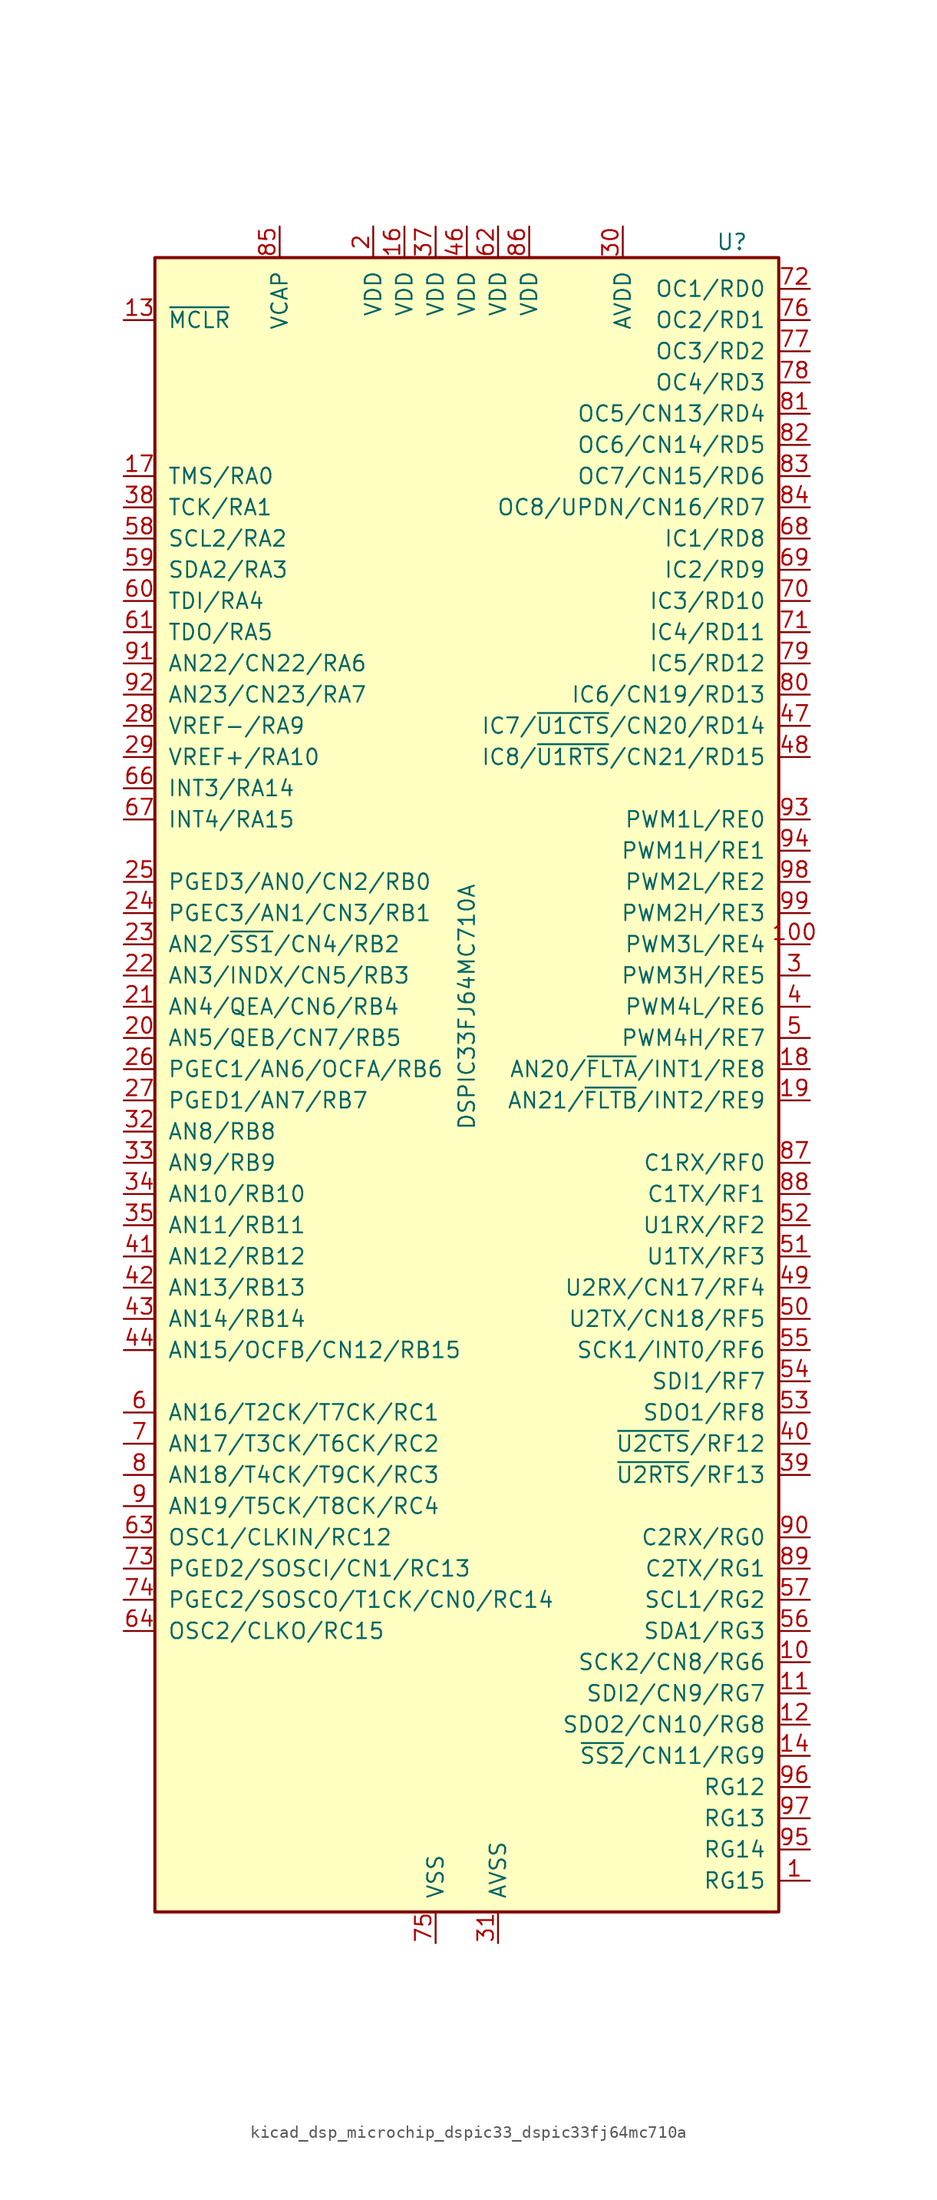
<source format=kicad_sym>
(kicad_symbol_lib
  (version 20220914)
  (generator kicad_symbol_editor)
  (symbol "kicad_dsp_microchip_dspic33_dspic33fj64mc710a"
    (pin_names
      (offset 1.016))
    (property "Reference" "U"
      (at 21.59 69.85 0)
      (effects (font (size 1.27 1.27))))
    (property "Value" "DSPIC33FJ64MC710A"
      (at 0 7.62 90)
      (effects (font (size 1.27 1.27))))
    (symbol "kicad_dsp_microchip_dspic33_dspic33fj64mc710a_0_1"
      (rectangle (start -25.4 68.58) (end 25.4 -66.04) (stroke (width 0.254) (type default)) (fill (type background))))
    (symbol "kicad_dsp_microchip_dspic33_dspic33fj64mc710a_1_1"
      (pin bidirectional line (at 27.94 -63.5 180) (length 2.54) (name "RG15" (effects (font (size 1.27 1.27)))) (number "1" (effects (font (size 1.27 1.27)))))
      (pin bidirectional line (at 27.94 -45.72 180) (length 2.54) (name "SCK2/CN8/RG6" (effects (font (size 1.27 1.27)))) (number "10" (effects (font (size 1.27 1.27)))))
      (pin bidirectional line (at 27.94 12.7 180) (length 2.54) (name "PWM3L/RE4" (effects (font (size 1.27 1.27)))) (number "100" (effects (font (size 1.27 1.27)))))
      (pin bidirectional line (at 27.94 -48.26 180) (length 2.54) (name "SDI2/CN9/RG7" (effects (font (size 1.27 1.27)))) (number "11" (effects (font (size 1.27 1.27)))))
      (pin bidirectional line (at 27.94 -50.8 180) (length 2.54) (name "SDO2/CN10/RG8" (effects (font (size 1.27 1.27)))) (number "12" (effects (font (size 1.27 1.27)))))
      (pin input line (at -27.94 63.5 0) (length 2.54) (name "~{MCLR}" (effects (font (size 1.27 1.27)))) (number "13" (effects (font (size 1.27 1.27)))))
      (pin bidirectional line (at 27.94 -53.34 180) (length 2.54) (name "~{SS2}/CN11/RG9" (effects (font (size 1.27 1.27)))) (number "14" (effects (font (size 1.27 1.27)))))
      (pin passive line (at -2.54 -68.58 90) (length 2.54) hide (name "VSS" (effects (font (size 1.27 1.27)))) (number "15" (effects (font (size 1.27 1.27)))))
      (pin power_in line (at -5.08 71.12 270) (length 2.54) (name "VDD" (effects (font (size 1.27 1.27)))) (number "16" (effects (font (size 1.27 1.27)))))
      (pin bidirectional line (at -27.94 50.8 0) (length 2.54) (name "TMS/RA0" (effects (font (size 1.27 1.27)))) (number "17" (effects (font (size 1.27 1.27)))))
      (pin bidirectional line (at 27.94 2.54 180) (length 2.54) (name "AN20/~{FLTA}/INT1/RE8" (effects (font (size 1.27 1.27)))) (number "18" (effects (font (size 1.27 1.27)))))
      (pin bidirectional line (at 27.94 0 180) (length 2.54) (name "AN21/~{FLTB}/INT2/RE9" (effects (font (size 1.27 1.27)))) (number "19" (effects (font (size 1.27 1.27)))))
      (pin power_in line (at -7.62 71.12 270) (length 2.54) (name "VDD" (effects (font (size 1.27 1.27)))) (number "2" (effects (font (size 1.27 1.27)))))
      (pin bidirectional line (at -27.94 5.08 0) (length 2.54) (name "AN5/QEB/CN7/RB5" (effects (font (size 1.27 1.27)))) (number "20" (effects (font (size 1.27 1.27)))))
      (pin bidirectional line (at -27.94 7.62 0) (length 2.54) (name "AN4/QEA/CN6/RB4" (effects (font (size 1.27 1.27)))) (number "21" (effects (font (size 1.27 1.27)))))
      (pin bidirectional line (at -27.94 10.16 0) (length 2.54) (name "AN3/INDX/CN5/RB3" (effects (font (size 1.27 1.27)))) (number "22" (effects (font (size 1.27 1.27)))))
      (pin bidirectional line (at -27.94 12.7 0) (length 2.54) (name "AN2/~{SS1}/CN4/RB2" (effects (font (size 1.27 1.27)))) (number "23" (effects (font (size 1.27 1.27)))))
      (pin bidirectional line (at -27.94 15.24 0) (length 2.54) (name "PGEC3/AN1/CN3/RB1" (effects (font (size 1.27 1.27)))) (number "24" (effects (font (size 1.27 1.27)))))
      (pin bidirectional line (at -27.94 17.78 0) (length 2.54) (name "PGED3/AN0/CN2/RB0" (effects (font (size 1.27 1.27)))) (number "25" (effects (font (size 1.27 1.27)))))
      (pin bidirectional line (at -27.94 2.54 0) (length 2.54) (name "PGEC1/AN6/OCFA/RB6" (effects (font (size 1.27 1.27)))) (number "26" (effects (font (size 1.27 1.27)))))
      (pin bidirectional line (at -27.94 0 0) (length 2.54) (name "PGED1/AN7/RB7" (effects (font (size 1.27 1.27)))) (number "27" (effects (font (size 1.27 1.27)))))
      (pin bidirectional line (at -27.94 30.48 0) (length 2.54) (name "VREF-/RA9" (effects (font (size 1.27 1.27)))) (number "28" (effects (font (size 1.27 1.27)))))
      (pin bidirectional line (at -27.94 27.94 0) (length 2.54) (name "VREF+/RA10" (effects (font (size 1.27 1.27)))) (number "29" (effects (font (size 1.27 1.27)))))
      (pin bidirectional line (at 27.94 10.16 180) (length 2.54) (name "PWM3H/RE5" (effects (font (size 1.27 1.27)))) (number "3" (effects (font (size 1.27 1.27)))))
      (pin power_in line (at 12.7 71.12 270) (length 2.54) (name "AVDD" (effects (font (size 1.27 1.27)))) (number "30" (effects (font (size 1.27 1.27)))))
      (pin power_in line (at 2.54 -68.58 90) (length 2.54) (name "AVSS" (effects (font (size 1.27 1.27)))) (number "31" (effects (font (size 1.27 1.27)))))
      (pin bidirectional line (at -27.94 -2.54 0) (length 2.54) (name "AN8/RB8" (effects (font (size 1.27 1.27)))) (number "32" (effects (font (size 1.27 1.27)))))
      (pin bidirectional line (at -27.94 -5.08 0) (length 2.54) (name "AN9/RB9" (effects (font (size 1.27 1.27)))) (number "33" (effects (font (size 1.27 1.27)))))
      (pin bidirectional line (at -27.94 -7.62 0) (length 2.54) (name "AN10/RB10" (effects (font (size 1.27 1.27)))) (number "34" (effects (font (size 1.27 1.27)))))
      (pin bidirectional line (at -27.94 -10.16 0) (length 2.54) (name "AN11/RB11" (effects (font (size 1.27 1.27)))) (number "35" (effects (font (size 1.27 1.27)))))
      (pin passive line (at -2.54 -68.58 90) (length 2.54) hide (name "VSS" (effects (font (size 1.27 1.27)))) (number "36" (effects (font (size 1.27 1.27)))))
      (pin power_in line (at -2.54 71.12 270) (length 2.54) (name "VDD" (effects (font (size 1.27 1.27)))) (number "37" (effects (font (size 1.27 1.27)))))
      (pin bidirectional line (at -27.94 48.26 0) (length 2.54) (name "TCK/RA1" (effects (font (size 1.27 1.27)))) (number "38" (effects (font (size 1.27 1.27)))))
      (pin bidirectional line (at 27.94 -30.48 180) (length 2.54) (name "~{U2RTS}/RF13" (effects (font (size 1.27 1.27)))) (number "39" (effects (font (size 1.27 1.27)))))
      (pin bidirectional line (at 27.94 7.62 180) (length 2.54) (name "PWM4L/RE6" (effects (font (size 1.27 1.27)))) (number "4" (effects (font (size 1.27 1.27)))))
      (pin bidirectional line (at 27.94 -27.94 180) (length 2.54) (name "~{U2CTS}/RF12" (effects (font (size 1.27 1.27)))) (number "40" (effects (font (size 1.27 1.27)))))
      (pin bidirectional line (at -27.94 -12.7 0) (length 2.54) (name "AN12/RB12" (effects (font (size 1.27 1.27)))) (number "41" (effects (font (size 1.27 1.27)))))
      (pin bidirectional line (at -27.94 -15.24 0) (length 2.54) (name "AN13/RB13" (effects (font (size 1.27 1.27)))) (number "42" (effects (font (size 1.27 1.27)))))
      (pin bidirectional line (at -27.94 -17.78 0) (length 2.54) (name "AN14/RB14" (effects (font (size 1.27 1.27)))) (number "43" (effects (font (size 1.27 1.27)))))
      (pin bidirectional line (at -27.94 -20.32 0) (length 2.54) (name "AN15/OCFB/CN12/RB15" (effects (font (size 1.27 1.27)))) (number "44" (effects (font (size 1.27 1.27)))))
      (pin passive line (at -2.54 -68.58 90) (length 2.54) hide (name "VSS" (effects (font (size 1.27 1.27)))) (number "45" (effects (font (size 1.27 1.27)))))
      (pin power_in line (at 0 71.12 270) (length 2.54) (name "VDD" (effects (font (size 1.27 1.27)))) (number "46" (effects (font (size 1.27 1.27)))))
      (pin bidirectional line (at 27.94 30.48 180) (length 2.54) (name "IC7/~{U1CTS}/CN20/RD14" (effects (font (size 1.27 1.27)))) (number "47" (effects (font (size 1.27 1.27)))))
      (pin bidirectional line (at 27.94 27.94 180) (length 2.54) (name "IC8/~{U1RTS}/CN21/RD15" (effects (font (size 1.27 1.27)))) (number "48" (effects (font (size 1.27 1.27)))))
      (pin bidirectional line (at 27.94 -15.24 180) (length 2.54) (name "U2RX/CN17/RF4" (effects (font (size 1.27 1.27)))) (number "49" (effects (font (size 1.27 1.27)))))
      (pin bidirectional line (at 27.94 5.08 180) (length 2.54) (name "PWM4H/RE7" (effects (font (size 1.27 1.27)))) (number "5" (effects (font (size 1.27 1.27)))))
      (pin bidirectional line (at 27.94 -17.78 180) (length 2.54) (name "U2TX/CN18/RF5" (effects (font (size 1.27 1.27)))) (number "50" (effects (font (size 1.27 1.27)))))
      (pin bidirectional line (at 27.94 -12.7 180) (length 2.54) (name "U1TX/RF3" (effects (font (size 1.27 1.27)))) (number "51" (effects (font (size 1.27 1.27)))))
      (pin bidirectional line (at 27.94 -10.16 180) (length 2.54) (name "U1RX/RF2" (effects (font (size 1.27 1.27)))) (number "52" (effects (font (size 1.27 1.27)))))
      (pin bidirectional line (at 27.94 -25.4 180) (length 2.54) (name "SDO1/RF8" (effects (font (size 1.27 1.27)))) (number "53" (effects (font (size 1.27 1.27)))))
      (pin bidirectional line (at 27.94 -22.86 180) (length 2.54) (name "SDI1/RF7" (effects (font (size 1.27 1.27)))) (number "54" (effects (font (size 1.27 1.27)))))
      (pin bidirectional line (at 27.94 -20.32 180) (length 2.54) (name "SCK1/INT0/RF6" (effects (font (size 1.27 1.27)))) (number "55" (effects (font (size 1.27 1.27)))))
      (pin bidirectional line (at 27.94 -43.18 180) (length 2.54) (name "SDA1/RG3" (effects (font (size 1.27 1.27)))) (number "56" (effects (font (size 1.27 1.27)))))
      (pin bidirectional line (at 27.94 -40.64 180) (length 2.54) (name "SCL1/RG2" (effects (font (size 1.27 1.27)))) (number "57" (effects (font (size 1.27 1.27)))))
      (pin bidirectional line (at -27.94 45.72 0) (length 2.54) (name "SCL2/RA2" (effects (font (size 1.27 1.27)))) (number "58" (effects (font (size 1.27 1.27)))))
      (pin bidirectional line (at -27.94 43.18 0) (length 2.54) (name "SDA2/RA3" (effects (font (size 1.27 1.27)))) (number "59" (effects (font (size 1.27 1.27)))))
      (pin bidirectional line (at -27.94 -25.4 0) (length 2.54) (name "AN16/T2CK/T7CK/RC1" (effects (font (size 1.27 1.27)))) (number "6" (effects (font (size 1.27 1.27)))))
      (pin bidirectional line (at -27.94 40.64 0) (length 2.54) (name "TDI/RA4" (effects (font (size 1.27 1.27)))) (number "60" (effects (font (size 1.27 1.27)))))
      (pin bidirectional line (at -27.94 38.1 0) (length 2.54) (name "TDO/RA5" (effects (font (size 1.27 1.27)))) (number "61" (effects (font (size 1.27 1.27)))))
      (pin power_in line (at 2.54 71.12 270) (length 2.54) (name "VDD" (effects (font (size 1.27 1.27)))) (number "62" (effects (font (size 1.27 1.27)))))
      (pin bidirectional line (at -27.94 -35.56 0) (length 2.54) (name "OSC1/CLKIN/RC12" (effects (font (size 1.27 1.27)))) (number "63" (effects (font (size 1.27 1.27)))))
      (pin bidirectional line (at -27.94 -43.18 0) (length 2.54) (name "OSC2/CLKO/RC15" (effects (font (size 1.27 1.27)))) (number "64" (effects (font (size 1.27 1.27)))))
      (pin passive line (at -2.54 -68.58 90) (length 2.54) hide (name "VSS" (effects (font (size 1.27 1.27)))) (number "65" (effects (font (size 1.27 1.27)))))
      (pin bidirectional line (at -27.94 25.4 0) (length 2.54) (name "INT3/RA14" (effects (font (size 1.27 1.27)))) (number "66" (effects (font (size 1.27 1.27)))))
      (pin bidirectional line (at -27.94 22.86 0) (length 2.54) (name "INT4/RA15" (effects (font (size 1.27 1.27)))) (number "67" (effects (font (size 1.27 1.27)))))
      (pin bidirectional line (at 27.94 45.72 180) (length 2.54) (name "IC1/RD8" (effects (font (size 1.27 1.27)))) (number "68" (effects (font (size 1.27 1.27)))))
      (pin bidirectional line (at 27.94 43.18 180) (length 2.54) (name "IC2/RD9" (effects (font (size 1.27 1.27)))) (number "69" (effects (font (size 1.27 1.27)))))
      (pin bidirectional line (at -27.94 -27.94 0) (length 2.54) (name "AN17/T3CK/T6CK/RC2" (effects (font (size 1.27 1.27)))) (number "7" (effects (font (size 1.27 1.27)))))
      (pin bidirectional line (at 27.94 40.64 180) (length 2.54) (name "IC3/RD10" (effects (font (size 1.27 1.27)))) (number "70" (effects (font (size 1.27 1.27)))))
      (pin bidirectional line (at 27.94 38.1 180) (length 2.54) (name "IC4/RD11" (effects (font (size 1.27 1.27)))) (number "71" (effects (font (size 1.27 1.27)))))
      (pin bidirectional line (at 27.94 66.04 180) (length 2.54) (name "OC1/RD0" (effects (font (size 1.27 1.27)))) (number "72" (effects (font (size 1.27 1.27)))))
      (pin bidirectional line (at -27.94 -38.1 0) (length 2.54) (name "PGED2/SOSCI/CN1/RC13" (effects (font (size 1.27 1.27)))) (number "73" (effects (font (size 1.27 1.27)))))
      (pin bidirectional line (at -27.94 -40.64 0) (length 2.54) (name "PGEC2/SOSCO/T1CK/CN0/RC14" (effects (font (size 1.27 1.27)))) (number "74" (effects (font (size 1.27 1.27)))))
      (pin power_in line (at -2.54 -68.58 90) (length 2.54) (name "VSS" (effects (font (size 1.27 1.27)))) (number "75" (effects (font (size 1.27 1.27)))))
      (pin bidirectional line (at 27.94 63.5 180) (length 2.54) (name "OC2/RD1" (effects (font (size 1.27 1.27)))) (number "76" (effects (font (size 1.27 1.27)))))
      (pin bidirectional line (at 27.94 60.96 180) (length 2.54) (name "OC3/RD2" (effects (font (size 1.27 1.27)))) (number "77" (effects (font (size 1.27 1.27)))))
      (pin bidirectional line (at 27.94 58.42 180) (length 2.54) (name "OC4/RD3" (effects (font (size 1.27 1.27)))) (number "78" (effects (font (size 1.27 1.27)))))
      (pin bidirectional line (at 27.94 35.56 180) (length 2.54) (name "IC5/RD12" (effects (font (size 1.27 1.27)))) (number "79" (effects (font (size 1.27 1.27)))))
      (pin bidirectional line (at -27.94 -30.48 0) (length 2.54) (name "AN18/T4CK/T9CK/RC3" (effects (font (size 1.27 1.27)))) (number "8" (effects (font (size 1.27 1.27)))))
      (pin bidirectional line (at 27.94 33.02 180) (length 2.54) (name "IC6/CN19/RD13" (effects (font (size 1.27 1.27)))) (number "80" (effects (font (size 1.27 1.27)))))
      (pin bidirectional line (at 27.94 55.88 180) (length 2.54) (name "OC5/CN13/RD4" (effects (font (size 1.27 1.27)))) (number "81" (effects (font (size 1.27 1.27)))))
      (pin bidirectional line (at 27.94 53.34 180) (length 2.54) (name "OC6/CN14/RD5" (effects (font (size 1.27 1.27)))) (number "82" (effects (font (size 1.27 1.27)))))
      (pin bidirectional line (at 27.94 50.8 180) (length 2.54) (name "OC7/CN15/RD6" (effects (font (size 1.27 1.27)))) (number "83" (effects (font (size 1.27 1.27)))))
      (pin bidirectional line (at 27.94 48.26 180) (length 2.54) (name "OC8/UPDN/CN16/RD7" (effects (font (size 1.27 1.27)))) (number "84" (effects (font (size 1.27 1.27)))))
      (pin passive line (at -15.24 71.12 270) (length 2.54) (name "VCAP" (effects (font (size 1.27 1.27)))) (number "85" (effects (font (size 1.27 1.27)))))
      (pin power_in line (at 5.08 71.12 270) (length 2.54) (name "VDD" (effects (font (size 1.27 1.27)))) (number "86" (effects (font (size 1.27 1.27)))))
      (pin bidirectional line (at 27.94 -5.08 180) (length 2.54) (name "C1RX/RF0" (effects (font (size 1.27 1.27)))) (number "87" (effects (font (size 1.27 1.27)))))
      (pin bidirectional line (at 27.94 -7.62 180) (length 2.54) (name "C1TX/RF1" (effects (font (size 1.27 1.27)))) (number "88" (effects (font (size 1.27 1.27)))))
      (pin bidirectional line (at 27.94 -38.1 180) (length 2.54) (name "C2TX/RG1" (effects (font (size 1.27 1.27)))) (number "89" (effects (font (size 1.27 1.27)))))
      (pin bidirectional line (at -27.94 -33.02 0) (length 2.54) (name "AN19/T5CK/T8CK/RC4" (effects (font (size 1.27 1.27)))) (number "9" (effects (font (size 1.27 1.27)))))
      (pin bidirectional line (at 27.94 -35.56 180) (length 2.54) (name "C2RX/RG0" (effects (font (size 1.27 1.27)))) (number "90" (effects (font (size 1.27 1.27)))))
      (pin bidirectional line (at -27.94 35.56 0) (length 2.54) (name "AN22/CN22/RA6" (effects (font (size 1.27 1.27)))) (number "91" (effects (font (size 1.27 1.27)))))
      (pin bidirectional line (at -27.94 33.02 0) (length 2.54) (name "AN23/CN23/RA7" (effects (font (size 1.27 1.27)))) (number "92" (effects (font (size 1.27 1.27)))))
      (pin bidirectional line (at 27.94 22.86 180) (length 2.54) (name "PWM1L/RE0" (effects (font (size 1.27 1.27)))) (number "93" (effects (font (size 1.27 1.27)))))
      (pin bidirectional line (at 27.94 20.32 180) (length 2.54) (name "PWM1H/RE1" (effects (font (size 1.27 1.27)))) (number "94" (effects (font (size 1.27 1.27)))))
      (pin bidirectional line (at 27.94 -60.96 180) (length 2.54) (name "RG14" (effects (font (size 1.27 1.27)))) (number "95" (effects (font (size 1.27 1.27)))))
      (pin bidirectional line (at 27.94 -55.88 180) (length 2.54) (name "RG12" (effects (font (size 1.27 1.27)))) (number "96" (effects (font (size 1.27 1.27)))))
      (pin bidirectional line (at 27.94 -58.42 180) (length 2.54) (name "RG13" (effects (font (size 1.27 1.27)))) (number "97" (effects (font (size 1.27 1.27)))))
      (pin bidirectional line (at 27.94 17.78 180) (length 2.54) (name "PWM2L/RE2" (effects (font (size 1.27 1.27)))) (number "98" (effects (font (size 1.27 1.27)))))
      (pin bidirectional line (at 27.94 15.24 180) (length 2.54) (name "PWM2H/RE3" (effects (font (size 1.27 1.27)))) (number "99" (effects (font (size 1.27 1.27))))))))
</source>
